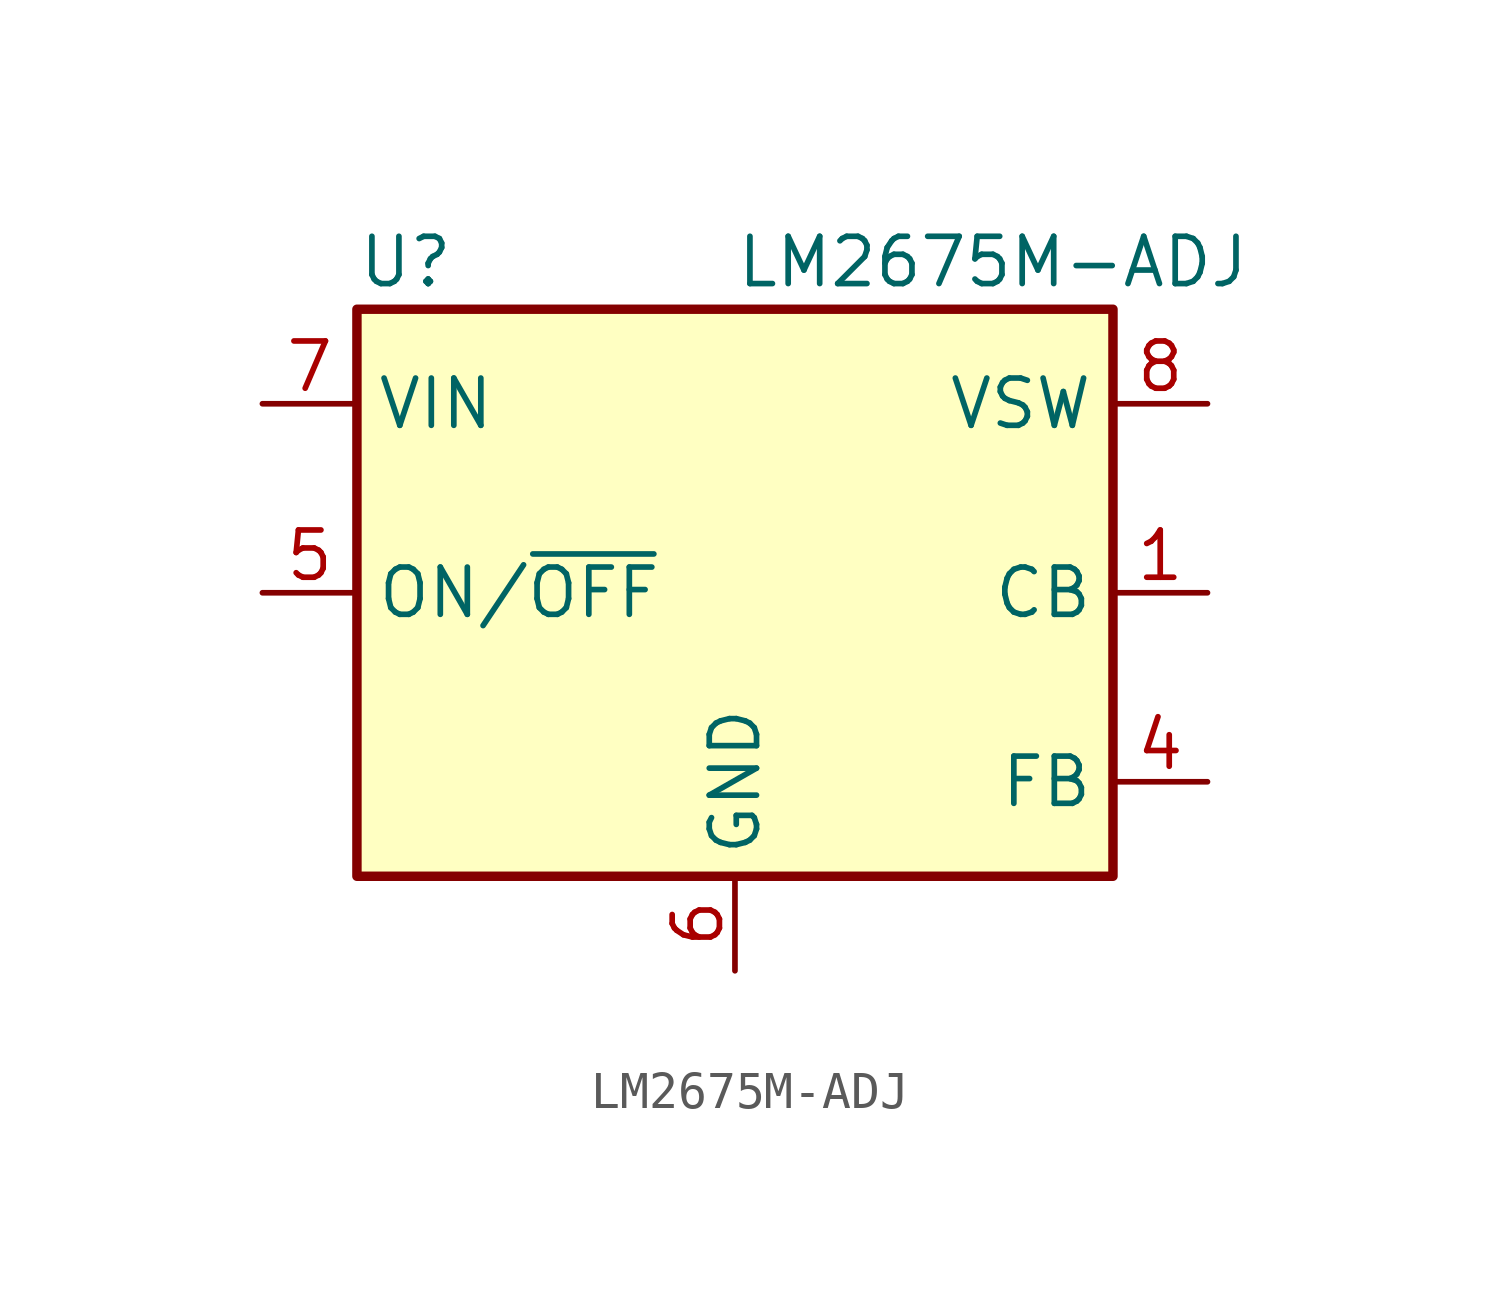
<source format=kicad_sym>
(kicad_symbol_lib
  (version 20201005)
  (generator kicad_symbol_editor)
  (symbol "LM2675M-ADJ"
    (property "Reference" "U"
      (at -10.16 8.89 0)
      (effects (font (size 1.27 1.27)) (justify left)))
    (property "Value" "LM2675M-ADJ"
      (at 0 8.89 0)
      (effects (font (size 1.27 1.27)) (justify left)))
    (symbol "LM2675M-ADJ_0_1"
      (rectangle (start -10.16 7.62) (end 10.16 -7.62) (stroke (width 0.254)) (fill (type background))))
    (symbol "LM2675M-ADJ_1_1"
      (pin input line (at 12.7 0 180) (length 2.54) (name "CB" (effects (font (size 1.27 1.27)))) (number "1" (effects (font (size 1.27 1.27)))))
      (pin no_connect line (at -10.16 -2.54 0) (length 2.54) hide (name "NC" (effects (font (size 1.27 1.27)))) (number "2" (effects (font (size 1.27 1.27)))))
      (pin no_connect line (at -10.16 -5.08 0) (length 2.54) hide (name "NC" (effects (font (size 1.27 1.27)))) (number "3" (effects (font (size 1.27 1.27)))))
      (pin input line (at 12.7 -5.08 180) (length 2.54) (name "FB" (effects (font (size 1.27 1.27)))) (number "4" (effects (font (size 1.27 1.27)))))
      (pin input line (at -12.7 0 0) (length 2.54) (name "ON/~OFF" (effects (font (size 1.27 1.27)))) (number "5" (effects (font (size 1.27 1.27)))))
      (pin power_in line (at 0 -10.16 90) (length 2.54) (name "GND" (effects (font (size 1.27 1.27)))) (number "6" (effects (font (size 1.27 1.27)))))
      (pin power_in line (at -12.7 5.08 0) (length 2.54) (name "VIN" (effects (font (size 1.27 1.27)))) (number "7" (effects (font (size 1.27 1.27)))))
      (pin output line (at 12.7 5.08 180) (length 2.54) (name "VSW" (effects (font (size 1.27 1.27)))) (number "8" (effects (font (size 1.27 1.27))))))))
</source>
